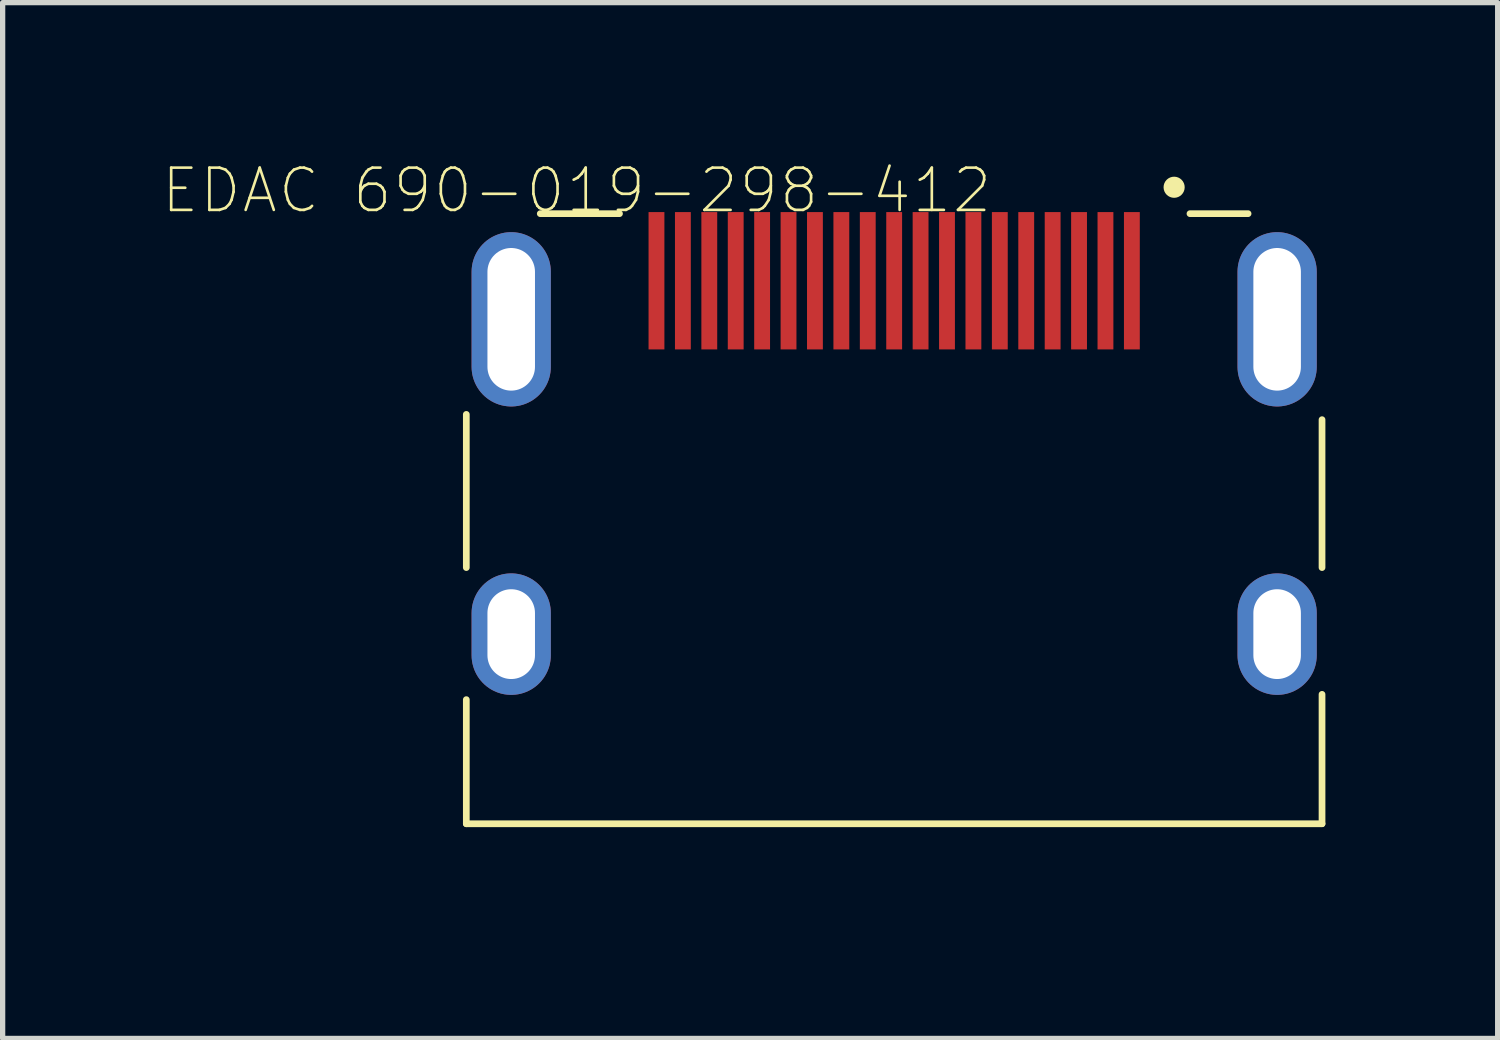
<source format=kicad_pcb>
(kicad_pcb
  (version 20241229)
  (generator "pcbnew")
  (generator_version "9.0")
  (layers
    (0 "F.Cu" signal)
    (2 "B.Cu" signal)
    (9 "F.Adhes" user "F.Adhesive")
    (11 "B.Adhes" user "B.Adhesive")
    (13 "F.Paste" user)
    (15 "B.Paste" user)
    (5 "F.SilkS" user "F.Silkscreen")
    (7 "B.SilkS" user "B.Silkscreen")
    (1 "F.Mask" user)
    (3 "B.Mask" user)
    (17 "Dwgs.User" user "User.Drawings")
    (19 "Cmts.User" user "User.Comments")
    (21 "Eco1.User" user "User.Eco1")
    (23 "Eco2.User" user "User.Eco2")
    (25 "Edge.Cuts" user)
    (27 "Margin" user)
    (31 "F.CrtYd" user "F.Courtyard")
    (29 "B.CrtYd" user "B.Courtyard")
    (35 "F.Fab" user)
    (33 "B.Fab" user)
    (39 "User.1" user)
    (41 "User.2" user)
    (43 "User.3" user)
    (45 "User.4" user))
  (footprint "EDAC 690-019-298-412"
    (layer "F.Cu")
    (at 13.878 2.995)
    (property "Reference" "EDAC 690-019-298-412" (at -6.011 -2.439 0) (layer "F.SilkS") (effects (font (size 0.8 0.8) (thickness 0.05))))
    (attr smd)
    (fp_line (start -8.1 4.7) (end -8.1 1.8) (stroke (width 0.127) (type solid)) (layer "F.SilkS"))
    (fp_line (start -8.1 9.55) (end -8.1 7.2) (stroke (width 0.127) (type solid)) (layer "F.SilkS"))
    (fp_line (start -8.1 9.55) (end 8.1 9.55) (stroke (width 0.127) (type solid)) (layer "F.SilkS"))
    (fp_line (start -6.7 -2) (end -5.2 -2) (stroke (width 0.127) (type solid)) (layer "F.SilkS"))
    (fp_line (start 5.6 -2) (end 6.7 -2) (stroke (width 0.127) (type solid)) (layer "F.SilkS"))
    (fp_line (start 8.1 1.9) (end 8.1 4.7) (stroke (width 0.127) (type solid)) (layer "F.SilkS"))
    (fp_line (start 8.1 7.1) (end 8.1 9.55) (stroke (width 0.127) (type solid)) (layer "F.SilkS"))
    (fp_circle (center 5.3 -2.5) (end 5.4 -2.5) (stroke (width 0.2) (type solid)) (fill no) (layer "F.SilkS"))
    (fp_line (start -8.35 -2.2) (end 8.4 -2.2) (stroke (width 0.05) (type solid)) (layer "Eco1.User"))
    (fp_line (start -8.35 8.5) (end -8.35 -2.2) (stroke (width 0.05) (type solid)) (layer "Eco1.User"))
    (fp_line (start -8.35 9.5) (end -8.35 8.5) (stroke (width 0.05) (type solid)) (layer "Eco1.User"))
    (fp_line (start 8.4 -2.2) (end 8.4 9.5) (stroke (width 0.05) (type solid)) (layer "Eco1.User"))
    (fp_line (start 8.4 9.5) (end -8.35 9.5) (stroke (width 0.05) (type solid)) (layer "Eco1.User"))
    (fp_line (start -8.1 -2) (end 8.1 -2) (stroke (width 0.127) (type solid)) (layer "Eco2.User"))
    (fp_line (start -8.1 8.5) (end -8.1 -2) (stroke (width 0.127) (type solid)) (layer "Eco2.User"))
    (fp_line (start -8.1 10.55) (end -8.1 8.5) (stroke (width 0.127) (type solid)) (layer "Eco2.User"))
    (fp_line (start 8.1 -2) (end 8.1 8.5) (stroke (width 0.127) (type solid)) (layer "Eco2.User"))
    (fp_line (start 8.1 8.5) (end 8.1 10.55) (stroke (width 0.127) (type solid)) (layer "Eco2.User"))
    (fp_line (start 8.1 10.55) (end -8.1 10.55) (stroke (width 0.127) (type solid)) (layer "Eco2.User"))
    (pad "1" smd rect (at 4.5 -0.73 90) (size 2.6 0.3) (layers "F.Cu" "F.Mask" "F.Paste"))
    (pad "2" smd rect (at 4 -0.73 90) (size 2.6 0.3) (layers "F.Cu" "F.Mask" "F.Paste"))
    (pad "3" smd rect (at 3.5 -0.73 90) (size 2.6 0.3) (layers "F.Cu" "F.Mask" "F.Paste"))
    (pad "4" smd rect (at 3 -0.73 90) (size 2.6 0.3) (layers "F.Cu" "F.Mask" "F.Paste"))
    (pad "5" smd rect (at 2.5 -0.73 90) (size 2.6 0.3) (layers "F.Cu" "F.Mask" "F.Paste"))
    (pad "6" smd rect (at 2 -0.73 90) (size 2.6 0.3) (layers "F.Cu" "F.Mask" "F.Paste"))
    (pad "7" smd rect (at 1.5 -0.73 90) (size 2.6 0.3) (layers "F.Cu" "F.Mask" "F.Paste"))
    (pad "8" smd rect (at 1 -0.73 90) (size 2.6 0.3) (layers "F.Cu" "F.Mask" "F.Paste"))
    (pad "9" smd rect (at 0.5 -0.73 90) (size 2.6 0.3) (layers "F.Cu" "F.Mask" "F.Paste"))
    (pad "10" smd rect (at 0 -0.73 90) (size 2.6 0.3) (layers "F.Cu" "F.Mask" "F.Paste"))
    (pad "11" smd rect (at -0.5 -0.73 90) (size 2.6 0.3) (layers "F.Cu" "F.Mask" "F.Paste"))
    (pad "12" smd rect (at -1 -0.73 90) (size 2.6 0.3) (layers "F.Cu" "F.Mask" "F.Paste"))
    (pad "13" smd rect (at -1.5 -0.73 90) (size 2.6 0.3) (layers "F.Cu" "F.Mask" "F.Paste"))
    (pad "14" smd rect (at -2 -0.73 90) (size 2.6 0.3) (layers "F.Cu" "F.Mask" "F.Paste"))
    (pad "15" smd rect (at -2.5 -0.73 90) (size 2.6 0.3) (layers "F.Cu" "F.Mask" "F.Paste"))
    (pad "16" smd rect (at -3 -0.73 90) (size 2.6 0.3) (layers "F.Cu" "F.Mask" "F.Paste"))
    (pad "17" smd rect (at -3.5 -0.73 90) (size 2.6 0.3) (layers "F.Cu" "F.Mask" "F.Paste"))
    (pad "18" smd rect (at -4 -0.73 90) (size 2.6 0.3) (layers "F.Cu" "F.Mask" "F.Paste"))
    (pad "19" smd rect (at -4.5 -0.73 90) (size 2.6 0.3) (layers "F.Cu" "F.Mask" "F.Paste"))
    (pad "SH1" thru_hole oval (at 7.25 0) (size 1.5 3.3) (drill oval 0.9 2.7) (layers "*.Cu" "*.Mask"))
    (pad "SH2" thru_hole oval (at -7.25 0) (size 1.5 3.3) (drill oval 0.9 2.7) (layers "*.Cu" "*.Mask"))
    (pad "SH3" thru_hole oval (at -7.25 5.96) (size 1.5 2.3) (drill oval 0.9 1.7) (layers "*.Cu" "*.Mask"))
    (pad "SH4" thru_hole oval (at 7.25 5.96) (size 1.5 2.3) (drill oval 0.9 1.7) (layers "*.Cu" "*.Mask")))
  (gr_rect
    (start -3 -3)
    (end 25.303 16.609)
    (stroke (width 0.1) (type default))
    (fill no)
    (layer "Edge.Cuts")))
</source>
